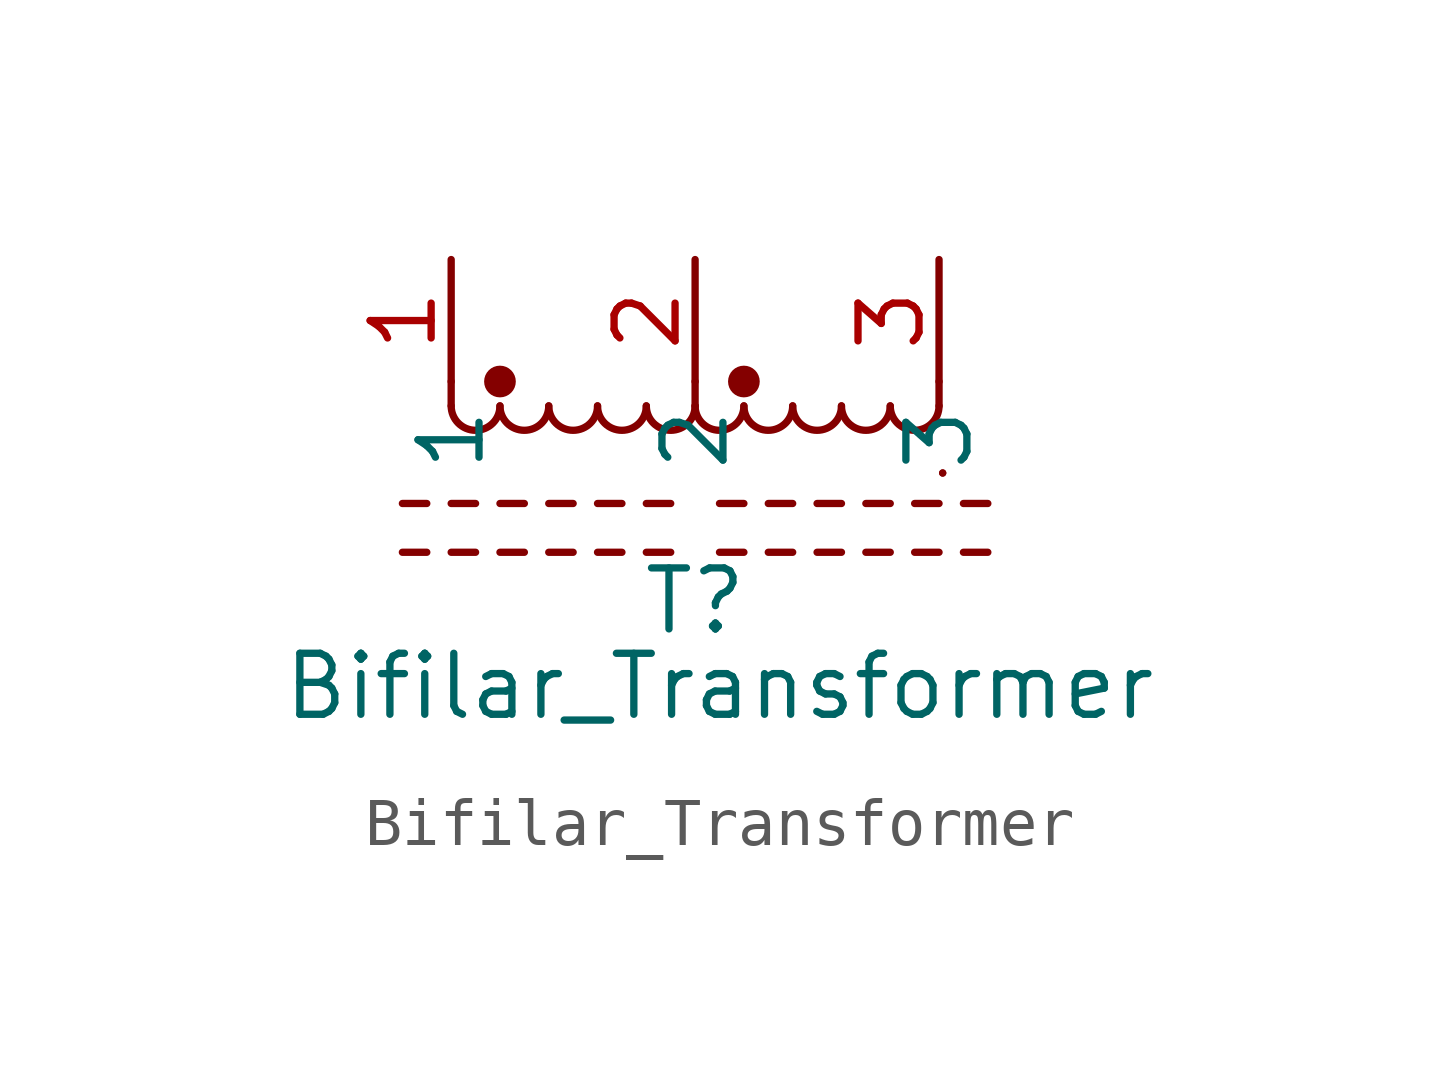
<source format=kicad_sym>
(kicad_symbol_lib
  (version 20220914)
  (generator kicad_symbol_editor)
  (symbol "Bifilar_Transformer"
    (property "Reference" "T"
      (at 0 -0.762 0)
      (effects (font (size 1.27 1.27))))
    (property "Value" "Bifilar_Transformer"
      (at 0.508 -2.54 0)
      (effects (font (size 1.27 1.27))))
    (symbol "Bifilar_Transformer_0_1"
      (arc (start -5.08 3.302) (mid -4.572 2.7962) (end -4.064 3.302) (stroke (width 0) (type default)) (fill (type none)))
      (arc (start -4.064 3.302) (mid -3.556 2.7962) (end -3.048 3.302) (stroke (width 0) (type default)) (fill (type none)))
      (circle (center -4.064 3.81) (radius 0.254) (stroke (width 0) (type default)) (fill (type outline)))
      (arc (start -3.048 3.302) (mid -2.54 2.7962) (end -2.032 3.302) (stroke (width 0) (type default)) (fill (type none)))
      (arc (start -2.032 3.302) (mid -1.524 2.7962) (end -1.016 3.302) (stroke (width 0) (type default)) (fill (type none)))
      (arc (start -1.016 3.302) (mid -0.508 2.7962) (end 0 3.302) (stroke (width 0) (type default)) (fill (type none)))
      (polyline (pts (xy -6.096 0.254) (xy -5.588 0.254)) (stroke (width 0) (type default)) (fill (type none)))
      (polyline (pts (xy -6.096 1.27) (xy -5.588 1.27)) (stroke (width 0) (type default)) (fill (type none)))
      (polyline (pts (xy -5.08 0.254) (xy -4.572 0.254)) (stroke (width 0) (type default)) (fill (type none)))
      (polyline (pts (xy -5.08 1.27) (xy -4.572 1.27)) (stroke (width 0) (type default)) (fill (type none)))
      (polyline (pts (xy -5.08 3.302) (xy -5.08 3.81)) (stroke (width 0) (type default)) (fill (type none)))
      (polyline (pts (xy -4.064 0.254) (xy -3.556 0.254)) (stroke (width 0) (type default)) (fill (type none)))
      (polyline (pts (xy -4.064 1.27) (xy -3.556 1.27)) (stroke (width 0) (type default)) (fill (type none)))
      (polyline (pts (xy -3.048 0.254) (xy -2.54 0.254)) (stroke (width 0) (type default)) (fill (type none)))
      (polyline (pts (xy -3.048 1.27) (xy -2.54 1.27)) (stroke (width 0) (type default)) (fill (type none)))
      (polyline (pts (xy -2.032 0.254) (xy -1.524 0.254)) (stroke (width 0) (type default)) (fill (type none)))
      (polyline (pts (xy -2.032 1.27) (xy -1.524 1.27)) (stroke (width 0) (type default)) (fill (type none)))
      (polyline (pts (xy -1.016 0.254) (xy -0.508 0.254)) (stroke (width 0) (type default)) (fill (type none)))
      (polyline (pts (xy -1.016 1.27) (xy -0.508 1.27)) (stroke (width 0) (type default)) (fill (type none)))
      (polyline (pts (xy 0 3.302) (xy 0 3.81)) (stroke (width 0) (type default)) (fill (type none)))
      (polyline (pts (xy 0.508 0.254) (xy 1.016 0.254)) (stroke (width 0) (type default)) (fill (type none)))
      (polyline (pts (xy 0.508 1.27) (xy 1.016 1.27)) (stroke (width 0) (type default)) (fill (type none)))
      (polyline (pts (xy 1.524 0.254) (xy 2.032 0.254)) (stroke (width 0) (type default)) (fill (type none)))
      (polyline (pts (xy 1.524 1.27) (xy 2.032 1.27)) (stroke (width 0) (type default)) (fill (type none)))
      (polyline (pts (xy 2.54 0.254) (xy 3.048 0.254)) (stroke (width 0) (type default)) (fill (type none)))
      (polyline (pts (xy 2.54 1.27) (xy 3.048 1.27)) (stroke (width 0) (type default)) (fill (type none)))
      (polyline (pts (xy 3.556 0.254) (xy 4.064 0.254)) (stroke (width 0) (type default)) (fill (type none)))
      (polyline (pts (xy 3.556 1.27) (xy 4.064 1.27)) (stroke (width 0) (type default)) (fill (type none)))
      (polyline (pts (xy 4.572 0.254) (xy 5.08 0.254)) (stroke (width 0) (type default)) (fill (type none)))
      (polyline (pts (xy 4.572 1.27) (xy 5.08 1.27)) (stroke (width 0) (type default)) (fill (type none)))
      (polyline (pts (xy 5.08 3.302) (xy 5.08 3.81)) (stroke (width 0) (type default)) (fill (type none)))
      (polyline (pts (xy 5.156 1.905) (xy 5.156 1.905)) (stroke (width 0) (type default)) (fill (type none)))
      (polyline (pts (xy 5.156 1.905) (xy 5.156 1.905)) (stroke (width 0) (type default)) (fill (type none)))
      (polyline (pts (xy 5.588 0.254) (xy 6.096 0.254)) (stroke (width 0) (type default)) (fill (type none)))
      (polyline (pts (xy 5.588 1.27) (xy 6.096 1.27)) (stroke (width 0) (type default)) (fill (type none)))
      (arc (start 0 3.302) (mid 0.508 2.7962) (end 1.016 3.302) (stroke (width 0) (type default)) (fill (type none)))
      (arc (start 1.016 3.302) (mid 1.524 2.7962) (end 2.032 3.302) (stroke (width 0) (type default)) (fill (type none)))
      (circle (center 1.016 3.81) (radius 0.254) (stroke (width 0) (type default)) (fill (type outline)))
      (arc (start 2.032 3.302) (mid 2.54 2.7962) (end 3.048 3.302) (stroke (width 0) (type default)) (fill (type none)))
      (arc (start 3.048 3.302) (mid 3.556 2.7962) (end 4.064 3.302) (stroke (width 0) (type default)) (fill (type none)))
      (arc (start 4.064 3.302) (mid 4.572 2.7962) (end 5.08 3.302) (stroke (width 0) (type default)) (fill (type none))))
    (symbol "Bifilar_Transformer_1_1"
      (pin passive line (at -5.08 6.35 270) (length 2.54) (name "1" (effects (font (size 1.27 1.27)))) (number "1" (effects (font (size 1.27 1.27)))))
      (pin passive line (at 0 6.35 270) (length 2.54) (name "2" (effects (font (size 1.27 1.27)))) (number "2" (effects (font (size 1.27 1.27)))))
      (pin passive line (at 5.08 6.35 270) (length 2.54) (name "3" (effects (font (size 1.27 1.27)))) (number "3" (effects (font (size 1.27 1.27))))))))
</source>
